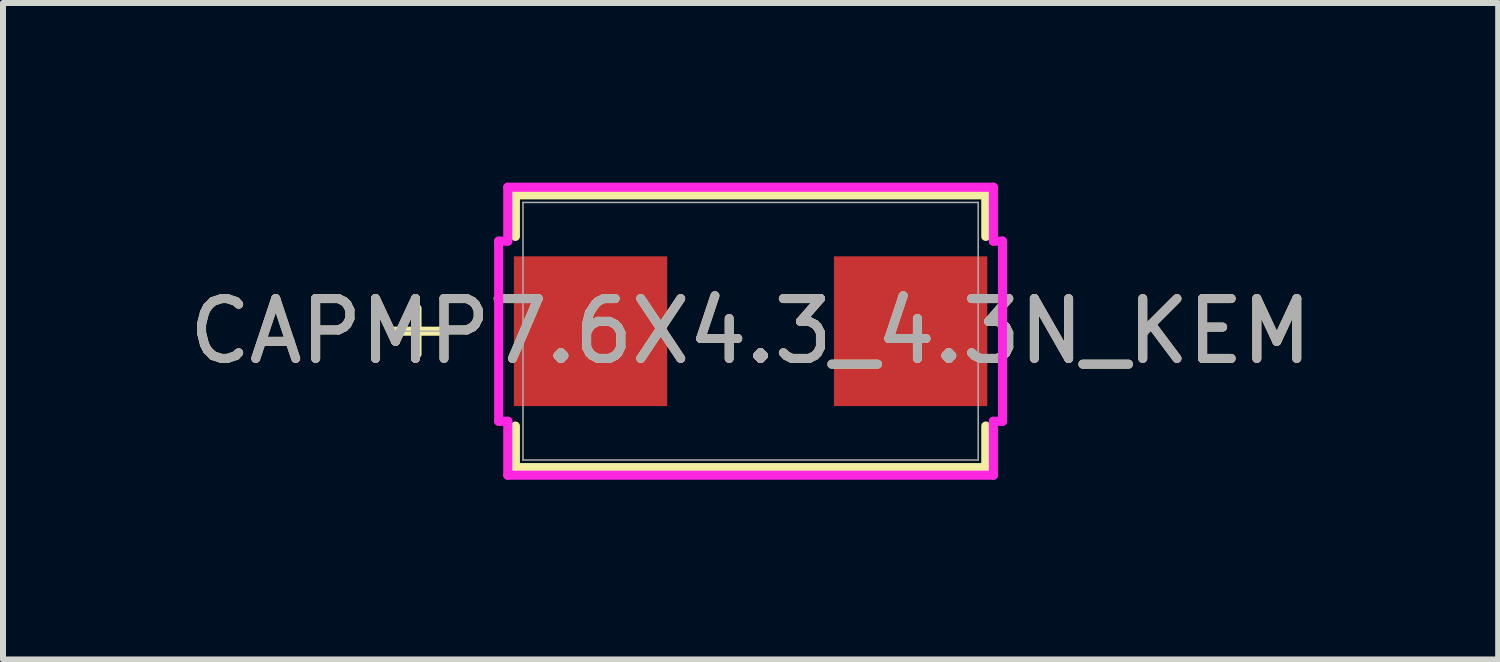
<source format=kicad_pcb>
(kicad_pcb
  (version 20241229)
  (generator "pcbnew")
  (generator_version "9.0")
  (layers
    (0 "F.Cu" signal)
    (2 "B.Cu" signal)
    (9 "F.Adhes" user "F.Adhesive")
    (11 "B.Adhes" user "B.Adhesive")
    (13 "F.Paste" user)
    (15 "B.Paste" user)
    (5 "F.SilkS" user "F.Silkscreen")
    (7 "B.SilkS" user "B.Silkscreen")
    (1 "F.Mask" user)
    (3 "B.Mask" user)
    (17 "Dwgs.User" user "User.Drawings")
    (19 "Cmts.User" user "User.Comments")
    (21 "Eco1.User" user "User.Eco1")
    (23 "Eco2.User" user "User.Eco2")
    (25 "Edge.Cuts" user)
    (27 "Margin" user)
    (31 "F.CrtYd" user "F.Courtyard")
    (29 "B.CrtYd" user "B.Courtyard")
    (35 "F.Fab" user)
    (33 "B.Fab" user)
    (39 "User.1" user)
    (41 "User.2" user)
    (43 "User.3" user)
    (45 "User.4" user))
  (footprint "CAPMP7.6X4.3_4.3N_KEM"
    (layer "F.Cu")
    (at 9.482 2.48)
    (property "Reference" "CAPMP7.6X4.3_4.3N_KEM" (at 0 0 0) (unlocked yes) (layer "F.SilkS") (effects (font (size 1 1) (thickness 0.15))))
    (attr smd)
    (fp_line (start -5.57 -0.381) (end -5.57 0.381) (stroke (width 0.152) (type solid)) (layer "F.SilkS"))
    (fp_line (start -5.189 0) (end -5.951 0) (stroke (width 0.152) (type solid)) (layer "F.SilkS"))
    (fp_line (start -3.927 -2.277) (end -3.927 -1.583) (stroke (width 0.152) (type solid)) (layer "F.SilkS"))
    (fp_line (start -3.927 1.583) (end -3.927 2.277) (stroke (width 0.152) (type solid)) (layer "F.SilkS"))
    (fp_line (start -3.927 2.277) (end 3.927 2.277) (stroke (width 0.152) (type solid)) (layer "F.SilkS"))
    (fp_line (start 3.927 -2.277) (end -3.927 -2.277) (stroke (width 0.152) (type solid)) (layer "F.SilkS"))
    (fp_line (start 3.927 -1.583) (end 3.927 -2.277) (stroke (width 0.152) (type solid)) (layer "F.SilkS"))
    (fp_line (start 3.927 2.277) (end 3.927 1.583) (stroke (width 0.152) (type solid)) (layer "F.SilkS"))
    (fp_line (start -4.206 -1.504) (end -4.054 -1.504) (stroke (width 0.152) (type solid)) (layer "F.CrtYd"))
    (fp_line (start -4.206 1.504) (end -4.206 -1.504) (stroke (width 0.152) (type solid)) (layer "F.CrtYd"))
    (fp_line (start -4.054 -2.404) (end 4.054 -2.404) (stroke (width 0.152) (type solid)) (layer "F.CrtYd"))
    (fp_line (start -4.054 -1.504) (end -4.054 -2.404) (stroke (width 0.152) (type solid)) (layer "F.CrtYd"))
    (fp_line (start -4.054 1.504) (end -4.206 1.504) (stroke (width 0.152) (type solid)) (layer "F.CrtYd"))
    (fp_line (start -4.054 2.404) (end -4.054 1.504) (stroke (width 0.152) (type solid)) (layer "F.CrtYd"))
    (fp_line (start 4.054 -2.404) (end 4.054 -1.504) (stroke (width 0.152) (type solid)) (layer "F.CrtYd"))
    (fp_line (start 4.054 -1.504) (end 4.206 -1.504) (stroke (width 0.152) (type solid)) (layer "F.CrtYd"))
    (fp_line (start 4.054 1.504) (end 4.054 2.404) (stroke (width 0.152) (type solid)) (layer "F.CrtYd"))
    (fp_line (start 4.054 2.404) (end -4.054 2.404) (stroke (width 0.152) (type solid)) (layer "F.CrtYd"))
    (fp_line (start 4.206 -1.504) (end 4.206 1.504) (stroke (width 0.152) (type solid)) (layer "F.CrtYd"))
    (fp_line (start 4.206 1.504) (end 4.054 1.504) (stroke (width 0.152) (type solid)) (layer "F.CrtYd"))
    (fp_line (start -5.57 -0.381) (end -5.57 0.381) (stroke (width 0.025) (type solid)) (layer "F.Fab"))
    (fp_line (start -5.189 0) (end -5.951 0) (stroke (width 0.025) (type solid)) (layer "F.Fab"))
    (fp_line (start -3.8 -2.15) (end -3.8 2.15) (stroke (width 0.025) (type solid)) (layer "F.Fab"))
    (fp_line (start -3.8 2.15) (end 3.8 2.15) (stroke (width 0.025) (type solid)) (layer "F.Fab"))
    (fp_line (start 3.8 -2.15) (end -3.8 -2.15) (stroke (width 0.025) (type solid)) (layer "F.Fab"))
    (fp_line (start 3.8 2.15) (end 3.8 -2.15) (stroke (width 0.025) (type solid)) (layer "F.Fab"))
    (fp_text user "${REFERENCE}" (at 0 0 0) (unlocked yes) (layer "F.Fab") (effects (font (size 1 1) (thickness 0.15))))
    (pad "1" smd rect (at -2.672 0 90) (size 2.5 2.56) (layers "F.Cu" "F.Mask" "F.Paste"))
    (pad "2" smd rect (at 2.672 0 90) (size 2.5 2.56) (layers "F.Cu" "F.Mask" "F.Paste"))
    (zone (net_name "") (layer "F.Cu") (hatch full 0.508) (connect_pads) (min_thickness 0.254) (filled_areas_thickness no) (keepout (tracks not_allowed) (vias not_allowed) (pads allowed) (copperpour not_allowed) (footprints allowed)) (placement (enabled no)) (fill) (polygon (pts (xy 5.733 0.381) (xy 13.231 0.381) (xy 13.231 1.179) (xy 5.733 1.179))))
    (zone (net_name "") (layer "F.Cu") (hatch full 0.508) (connect_pads) (min_thickness 0.254) (filled_areas_thickness no) (keepout (tracks not_allowed) (vias not_allowed) (pads allowed) (copperpour not_allowed) (footprints allowed)) (placement (enabled no)) (fill) (polygon (pts (xy 5.733 3.781) (xy 13.231 3.781) (xy 13.231 4.579) (xy 5.733 4.579))))
    (zone (net_name "") (layer "F.Cu") (hatch full 0.508) (connect_pads) (min_thickness 0.254) (filled_areas_thickness no) (keepout (tracks not_allowed) (vias not_allowed) (pads allowed) (copperpour not_allowed) (footprints allowed)) (placement (enabled no)) (fill) (polygon (pts (xy 7.841 1.179) (xy 11.123 1.179) (xy 11.123 3.781) (xy 7.841 3.781)))))
  (gr_rect
    (start -3 -3)
    (end 21.964 7.96)
    (stroke (width 0.1) (type default))
    (fill no)
    (layer "Edge.Cuts")))
</source>
